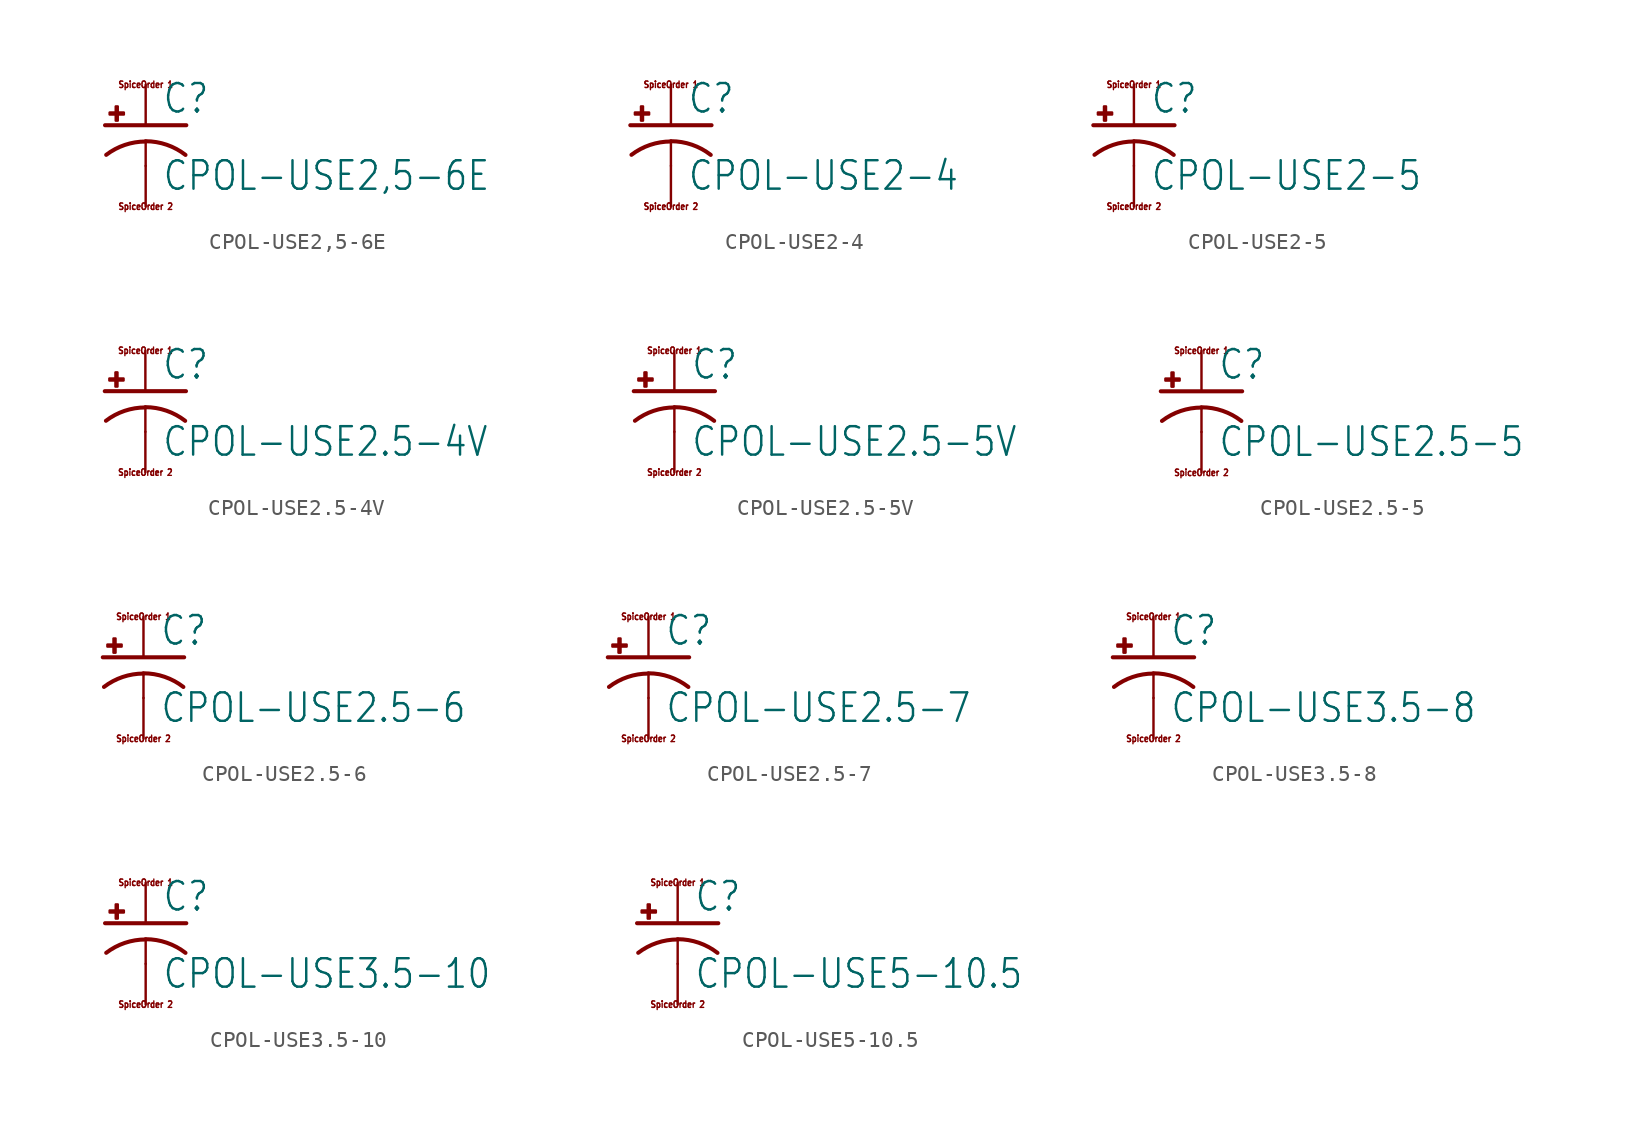
<source format=kicad_sym>
(kicad_symbol_lib
  (version 20211014)
  (generator kicad_symbol_editor)
  (symbol "CPOL-USE2,5-6E"
    (property "Reference" "C"
      (at 1.016 0.635 0)
      (effects (font (size 1.778 1.511)) (justify left bottom)))
    (property "Value" "CPOL-USE2,5-6E"
      (at 1.016 -4.191 0)
      (effects (font (size 1.778 1.511)) (justify left bottom)))
    (property "ki_locked" ""
      (at 0 0 0)
      (effects (font (size 1.27 1.27))))
    (symbol "CPOL-USE2,5-6E_1_0"
      (rectangle (start -2.253 0.668) (end -1.364 0.795) (stroke (width 0) (type default) (color 0 0 0 0)) (fill (type outline)))
      (rectangle (start -1.872 0.287) (end -1.745 1.176) (stroke (width 0) (type default) (color 0 0 0 0)) (fill (type outline)))
      (arc (start 0 -1.0161) (mid -1.3021 -1.2302) (end -2.4669 -1.8504) (stroke (width 0.254) (type default) (color 0 0 0 0)) (fill (type none)))
      (polyline (pts (xy -2.54 0) (xy 2.54 0)) (stroke (width 0.254) (type default) (color 0 0 0 0)) (fill (type none)))
      (polyline (pts (xy 0 -1.016) (xy 0 -2.54)) (stroke (width 0.152) (type default) (color 0 0 0 0)) (fill (type none)))
      (arc (start 2.4892 -1.8542) (mid 1.3158 -1.2195) (end 0 -1) (stroke (width 0.254) (type default) (color 0 0 0 0)) (fill (type none)))
      (text "SpiceOrder 1" (at 0 2.54 0) (effects (font (size 0.406 0.345))))
      (text "SpiceOrder 2" (at 0 -5.08 0) (effects (font (size 0.406 0.345))))
      (pin passive line (at 0 2.54 270) (length 2.54) (name "+" (effects (font (size 0 0)))) (number "+" (effects (font (size 0 0)))))
      (pin passive line (at 0 -5.08 90) (length 2.54) (name "-" (effects (font (size 0 0)))) (number "-" (effects (font (size 0 0)))))))
  (symbol "CPOL-USE2-4"
    (property "Reference" "C"
      (at 1.016 0.635 0)
      (effects (font (size 1.778 1.511)) (justify left bottom)))
    (property "Value" "CPOL-USE2-4"
      (at 1.016 -4.191 0)
      (effects (font (size 1.778 1.511)) (justify left bottom)))
    (property "ki_locked" ""
      (at 0 0 0)
      (effects (font (size 1.27 1.27))))
    (symbol "CPOL-USE2-4_1_0"
      (rectangle (start -2.253 0.668) (end -1.364 0.795) (stroke (width 0) (type default) (color 0 0 0 0)) (fill (type outline)))
      (rectangle (start -1.872 0.287) (end -1.745 1.176) (stroke (width 0) (type default) (color 0 0 0 0)) (fill (type outline)))
      (arc (start 0 -1.0161) (mid -1.3021 -1.2302) (end -2.4669 -1.8504) (stroke (width 0.254) (type default) (color 0 0 0 0)) (fill (type none)))
      (polyline (pts (xy -2.54 0) (xy 2.54 0)) (stroke (width 0.254) (type default) (color 0 0 0 0)) (fill (type none)))
      (polyline (pts (xy 0 -1.016) (xy 0 -2.54)) (stroke (width 0.152) (type default) (color 0 0 0 0)) (fill (type none)))
      (arc (start 2.4892 -1.8542) (mid 1.3158 -1.2195) (end 0 -1) (stroke (width 0.254) (type default) (color 0 0 0 0)) (fill (type none)))
      (text "SpiceOrder 1" (at 0 2.54 0) (effects (font (size 0.406 0.345))))
      (text "SpiceOrder 2" (at 0 -5.08 0) (effects (font (size 0.406 0.345))))
      (pin passive line (at 0 2.54 270) (length 2.54) (name "+" (effects (font (size 0 0)))) (number "+" (effects (font (size 0 0)))))
      (pin passive line (at 0 -5.08 90) (length 2.54) (name "-" (effects (font (size 0 0)))) (number "-" (effects (font (size 0 0)))))))
  (symbol "CPOL-USE2-5"
    (property "Reference" "C"
      (at 1.016 0.635 0)
      (effects (font (size 1.778 1.511)) (justify left bottom)))
    (property "Value" "CPOL-USE2-5"
      (at 1.016 -4.191 0)
      (effects (font (size 1.778 1.511)) (justify left bottom)))
    (property "ki_locked" ""
      (at 0 0 0)
      (effects (font (size 1.27 1.27))))
    (symbol "CPOL-USE2-5_1_0"
      (rectangle (start -2.253 0.668) (end -1.364 0.795) (stroke (width 0) (type default) (color 0 0 0 0)) (fill (type outline)))
      (rectangle (start -1.872 0.287) (end -1.745 1.176) (stroke (width 0) (type default) (color 0 0 0 0)) (fill (type outline)))
      (arc (start 0 -1.0161) (mid -1.3021 -1.2302) (end -2.4669 -1.8504) (stroke (width 0.254) (type default) (color 0 0 0 0)) (fill (type none)))
      (polyline (pts (xy -2.54 0) (xy 2.54 0)) (stroke (width 0.254) (type default) (color 0 0 0 0)) (fill (type none)))
      (polyline (pts (xy 0 -1.016) (xy 0 -2.54)) (stroke (width 0.152) (type default) (color 0 0 0 0)) (fill (type none)))
      (arc (start 2.4892 -1.8542) (mid 1.3158 -1.2195) (end 0 -1) (stroke (width 0.254) (type default) (color 0 0 0 0)) (fill (type none)))
      (text "SpiceOrder 1" (at 0 2.54 0) (effects (font (size 0.406 0.345))))
      (text "SpiceOrder 2" (at 0 -5.08 0) (effects (font (size 0.406 0.345))))
      (pin passive line (at 0 2.54 270) (length 2.54) (name "+" (effects (font (size 0 0)))) (number "+" (effects (font (size 0 0)))))
      (pin passive line (at 0 -5.08 90) (length 2.54) (name "-" (effects (font (size 0 0)))) (number "-" (effects (font (size 0 0)))))))
  (symbol "CPOL-USE2.5-4V"
    (property "Reference" "C"
      (at 1.016 0.635 0)
      (effects (font (size 1.778 1.511)) (justify left bottom)))
    (property "Value" "CPOL-USE2.5-4V"
      (at 1.016 -4.191 0)
      (effects (font (size 1.778 1.511)) (justify left bottom)))
    (property "ki_locked" ""
      (at 0 0 0)
      (effects (font (size 1.27 1.27))))
    (symbol "CPOL-USE2.5-4V_1_0"
      (rectangle (start -2.253 0.668) (end -1.364 0.795) (stroke (width 0) (type default) (color 0 0 0 0)) (fill (type outline)))
      (rectangle (start -1.872 0.287) (end -1.745 1.176) (stroke (width 0) (type default) (color 0 0 0 0)) (fill (type outline)))
      (arc (start 0 -1.0161) (mid -1.3021 -1.2302) (end -2.4669 -1.8504) (stroke (width 0.254) (type default) (color 0 0 0 0)) (fill (type none)))
      (polyline (pts (xy -2.54 0) (xy 2.54 0)) (stroke (width 0.254) (type default) (color 0 0 0 0)) (fill (type none)))
      (polyline (pts (xy 0 -1.016) (xy 0 -2.54)) (stroke (width 0.152) (type default) (color 0 0 0 0)) (fill (type none)))
      (arc (start 2.4892 -1.8542) (mid 1.3158 -1.2195) (end 0 -1) (stroke (width 0.254) (type default) (color 0 0 0 0)) (fill (type none)))
      (text "SpiceOrder 1" (at 0 2.54 0) (effects (font (size 0.406 0.345))))
      (text "SpiceOrder 2" (at 0 -5.08 0) (effects (font (size 0.406 0.345))))
      (pin passive line (at 0 2.54 270) (length 2.54) (name "+" (effects (font (size 0 0)))) (number "+" (effects (font (size 0 0)))))
      (pin passive line (at 0 -5.08 90) (length 2.54) (name "-" (effects (font (size 0 0)))) (number "-" (effects (font (size 0 0)))))))
  (symbol "CPOL-USE2.5-5V"
    (property "Reference" "C"
      (at 1.016 0.635 0)
      (effects (font (size 1.778 1.511)) (justify left bottom)))
    (property "Value" "CPOL-USE2.5-5V"
      (at 1.016 -4.191 0)
      (effects (font (size 1.778 1.511)) (justify left bottom)))
    (property "ki_locked" ""
      (at 0 0 0)
      (effects (font (size 1.27 1.27))))
    (symbol "CPOL-USE2.5-5V_1_0"
      (rectangle (start -2.253 0.668) (end -1.364 0.795) (stroke (width 0) (type default) (color 0 0 0 0)) (fill (type outline)))
      (rectangle (start -1.872 0.287) (end -1.745 1.176) (stroke (width 0) (type default) (color 0 0 0 0)) (fill (type outline)))
      (arc (start 0 -1.0161) (mid -1.3021 -1.2302) (end -2.4669 -1.8504) (stroke (width 0.254) (type default) (color 0 0 0 0)) (fill (type none)))
      (polyline (pts (xy -2.54 0) (xy 2.54 0)) (stroke (width 0.254) (type default) (color 0 0 0 0)) (fill (type none)))
      (polyline (pts (xy 0 -1.016) (xy 0 -2.54)) (stroke (width 0.152) (type default) (color 0 0 0 0)) (fill (type none)))
      (arc (start 2.4892 -1.8542) (mid 1.3158 -1.2195) (end 0 -1) (stroke (width 0.254) (type default) (color 0 0 0 0)) (fill (type none)))
      (text "SpiceOrder 1" (at 0 2.54 0) (effects (font (size 0.406 0.345))))
      (text "SpiceOrder 2" (at 0 -5.08 0) (effects (font (size 0.406 0.345))))
      (pin passive line (at 0 2.54 270) (length 2.54) (name "+" (effects (font (size 0 0)))) (number "+" (effects (font (size 0 0)))))
      (pin passive line (at 0 -5.08 90) (length 2.54) (name "-" (effects (font (size 0 0)))) (number "-" (effects (font (size 0 0)))))))
  (symbol "CPOL-USE2.5-5"
    (property "Reference" "C"
      (at 1.016 0.635 0)
      (effects (font (size 1.778 1.511)) (justify left bottom)))
    (property "Value" "CPOL-USE2.5-5"
      (at 1.016 -4.191 0)
      (effects (font (size 1.778 1.511)) (justify left bottom)))
    (property "ki_locked" ""
      (at 0 0 0)
      (effects (font (size 1.27 1.27))))
    (symbol "CPOL-USE2.5-5_1_0"
      (rectangle (start -2.253 0.668) (end -1.364 0.795) (stroke (width 0) (type default) (color 0 0 0 0)) (fill (type outline)))
      (rectangle (start -1.872 0.287) (end -1.745 1.176) (stroke (width 0) (type default) (color 0 0 0 0)) (fill (type outline)))
      (arc (start 0 -1.0161) (mid -1.3021 -1.2302) (end -2.4669 -1.8504) (stroke (width 0.254) (type default) (color 0 0 0 0)) (fill (type none)))
      (polyline (pts (xy -2.54 0) (xy 2.54 0)) (stroke (width 0.254) (type default) (color 0 0 0 0)) (fill (type none)))
      (polyline (pts (xy 0 -1.016) (xy 0 -2.54)) (stroke (width 0.152) (type default) (color 0 0 0 0)) (fill (type none)))
      (arc (start 2.4892 -1.8542) (mid 1.3158 -1.2195) (end 0 -1) (stroke (width 0.254) (type default) (color 0 0 0 0)) (fill (type none)))
      (text "SpiceOrder 1" (at 0 2.54 0) (effects (font (size 0.406 0.345))))
      (text "SpiceOrder 2" (at 0 -5.08 0) (effects (font (size 0.406 0.345))))
      (pin passive line (at 0 2.54 270) (length 2.54) (name "+" (effects (font (size 0 0)))) (number "+" (effects (font (size 0 0)))))
      (pin passive line (at 0 -5.08 90) (length 2.54) (name "-" (effects (font (size 0 0)))) (number "-" (effects (font (size 0 0)))))))
  (symbol "CPOL-USE2.5-6"
    (property "Reference" "C"
      (at 1.016 0.635 0)
      (effects (font (size 1.778 1.511)) (justify left bottom)))
    (property "Value" "CPOL-USE2.5-6"
      (at 1.016 -4.191 0)
      (effects (font (size 1.778 1.511)) (justify left bottom)))
    (property "ki_locked" ""
      (at 0 0 0)
      (effects (font (size 1.27 1.27))))
    (symbol "CPOL-USE2.5-6_1_0"
      (rectangle (start -2.253 0.668) (end -1.364 0.795) (stroke (width 0) (type default) (color 0 0 0 0)) (fill (type outline)))
      (rectangle (start -1.872 0.287) (end -1.745 1.176) (stroke (width 0) (type default) (color 0 0 0 0)) (fill (type outline)))
      (arc (start 0 -1.0161) (mid -1.3021 -1.2302) (end -2.4669 -1.8504) (stroke (width 0.254) (type default) (color 0 0 0 0)) (fill (type none)))
      (polyline (pts (xy -2.54 0) (xy 2.54 0)) (stroke (width 0.254) (type default) (color 0 0 0 0)) (fill (type none)))
      (polyline (pts (xy 0 -1.016) (xy 0 -2.54)) (stroke (width 0.152) (type default) (color 0 0 0 0)) (fill (type none)))
      (arc (start 2.4892 -1.8542) (mid 1.3158 -1.2195) (end 0 -1) (stroke (width 0.254) (type default) (color 0 0 0 0)) (fill (type none)))
      (text "SpiceOrder 1" (at 0 2.54 0) (effects (font (size 0.406 0.345))))
      (text "SpiceOrder 2" (at 0 -5.08 0) (effects (font (size 0.406 0.345))))
      (pin passive line (at 0 2.54 270) (length 2.54) (name "+" (effects (font (size 0 0)))) (number "+" (effects (font (size 0 0)))))
      (pin passive line (at 0 -5.08 90) (length 2.54) (name "-" (effects (font (size 0 0)))) (number "-" (effects (font (size 0 0)))))))
  (symbol "CPOL-USE2.5-7"
    (property "Reference" "C"
      (at 1.016 0.635 0)
      (effects (font (size 1.778 1.511)) (justify left bottom)))
    (property "Value" "CPOL-USE2.5-7"
      (at 1.016 -4.191 0)
      (effects (font (size 1.778 1.511)) (justify left bottom)))
    (property "ki_locked" ""
      (at 0 0 0)
      (effects (font (size 1.27 1.27))))
    (symbol "CPOL-USE2.5-7_1_0"
      (rectangle (start -2.253 0.668) (end -1.364 0.795) (stroke (width 0) (type default) (color 0 0 0 0)) (fill (type outline)))
      (rectangle (start -1.872 0.287) (end -1.745 1.176) (stroke (width 0) (type default) (color 0 0 0 0)) (fill (type outline)))
      (arc (start 0 -1.0161) (mid -1.3021 -1.2302) (end -2.4669 -1.8504) (stroke (width 0.254) (type default) (color 0 0 0 0)) (fill (type none)))
      (polyline (pts (xy -2.54 0) (xy 2.54 0)) (stroke (width 0.254) (type default) (color 0 0 0 0)) (fill (type none)))
      (polyline (pts (xy 0 -1.016) (xy 0 -2.54)) (stroke (width 0.152) (type default) (color 0 0 0 0)) (fill (type none)))
      (arc (start 2.4892 -1.8542) (mid 1.3158 -1.2195) (end 0 -1) (stroke (width 0.254) (type default) (color 0 0 0 0)) (fill (type none)))
      (text "SpiceOrder 1" (at 0 2.54 0) (effects (font (size 0.406 0.345))))
      (text "SpiceOrder 2" (at 0 -5.08 0) (effects (font (size 0.406 0.345))))
      (pin passive line (at 0 2.54 270) (length 2.54) (name "+" (effects (font (size 0 0)))) (number "+" (effects (font (size 0 0)))))
      (pin passive line (at 0 -5.08 90) (length 2.54) (name "-" (effects (font (size 0 0)))) (number "-" (effects (font (size 0 0)))))))
  (symbol "CPOL-USE3.5-8"
    (property "Reference" "C"
      (at 1.016 0.635 0)
      (effects (font (size 1.778 1.511)) (justify left bottom)))
    (property "Value" "CPOL-USE3.5-8"
      (at 1.016 -4.191 0)
      (effects (font (size 1.778 1.511)) (justify left bottom)))
    (property "ki_locked" ""
      (at 0 0 0)
      (effects (font (size 1.27 1.27))))
    (symbol "CPOL-USE3.5-8_1_0"
      (rectangle (start -2.253 0.668) (end -1.364 0.795) (stroke (width 0) (type default) (color 0 0 0 0)) (fill (type outline)))
      (rectangle (start -1.872 0.287) (end -1.745 1.176) (stroke (width 0) (type default) (color 0 0 0 0)) (fill (type outline)))
      (arc (start 0 -1.0161) (mid -1.3021 -1.2302) (end -2.4669 -1.8504) (stroke (width 0.254) (type default) (color 0 0 0 0)) (fill (type none)))
      (polyline (pts (xy -2.54 0) (xy 2.54 0)) (stroke (width 0.254) (type default) (color 0 0 0 0)) (fill (type none)))
      (polyline (pts (xy 0 -1.016) (xy 0 -2.54)) (stroke (width 0.152) (type default) (color 0 0 0 0)) (fill (type none)))
      (arc (start 2.4892 -1.8542) (mid 1.3158 -1.2195) (end 0 -1) (stroke (width 0.254) (type default) (color 0 0 0 0)) (fill (type none)))
      (text "SpiceOrder 1" (at 0 2.54 0) (effects (font (size 0.406 0.345))))
      (text "SpiceOrder 2" (at 0 -5.08 0) (effects (font (size 0.406 0.345))))
      (pin passive line (at 0 2.54 270) (length 2.54) (name "+" (effects (font (size 0 0)))) (number "+" (effects (font (size 0 0)))))
      (pin passive line (at 0 -5.08 90) (length 2.54) (name "-" (effects (font (size 0 0)))) (number "-" (effects (font (size 0 0)))))))
  (symbol "CPOL-USE3.5-10"
    (property "Reference" "C"
      (at 1.016 0.635 0)
      (effects (font (size 1.778 1.511)) (justify left bottom)))
    (property "Value" "CPOL-USE3.5-10"
      (at 1.016 -4.191 0)
      (effects (font (size 1.778 1.511)) (justify left bottom)))
    (property "ki_locked" ""
      (at 0 0 0)
      (effects (font (size 1.27 1.27))))
    (symbol "CPOL-USE3.5-10_1_0"
      (rectangle (start -2.253 0.668) (end -1.364 0.795) (stroke (width 0) (type default) (color 0 0 0 0)) (fill (type outline)))
      (rectangle (start -1.872 0.287) (end -1.745 1.176) (stroke (width 0) (type default) (color 0 0 0 0)) (fill (type outline)))
      (arc (start 0 -1.0161) (mid -1.3021 -1.2302) (end -2.4669 -1.8504) (stroke (width 0.254) (type default) (color 0 0 0 0)) (fill (type none)))
      (polyline (pts (xy -2.54 0) (xy 2.54 0)) (stroke (width 0.254) (type default) (color 0 0 0 0)) (fill (type none)))
      (polyline (pts (xy 0 -1.016) (xy 0 -2.54)) (stroke (width 0.152) (type default) (color 0 0 0 0)) (fill (type none)))
      (arc (start 2.4892 -1.8542) (mid 1.3158 -1.2195) (end 0 -1) (stroke (width 0.254) (type default) (color 0 0 0 0)) (fill (type none)))
      (text "SpiceOrder 1" (at 0 2.54 0) (effects (font (size 0.406 0.345))))
      (text "SpiceOrder 2" (at 0 -5.08 0) (effects (font (size 0.406 0.345))))
      (pin passive line (at 0 2.54 270) (length 2.54) (name "+" (effects (font (size 0 0)))) (number "+" (effects (font (size 0 0)))))
      (pin passive line (at 0 -5.08 90) (length 2.54) (name "-" (effects (font (size 0 0)))) (number "-" (effects (font (size 0 0)))))))
  (symbol "CPOL-USE5-10.5"
    (property "Reference" "C"
      (at 1.016 0.635 0)
      (effects (font (size 1.778 1.511)) (justify left bottom)))
    (property "Value" "CPOL-USE5-10.5"
      (at 1.016 -4.191 0)
      (effects (font (size 1.778 1.511)) (justify left bottom)))
    (property "ki_locked" ""
      (at 0 0 0)
      (effects (font (size 1.27 1.27))))
    (symbol "CPOL-USE5-10.5_1_0"
      (rectangle (start -2.253 0.668) (end -1.364 0.795) (stroke (width 0) (type default) (color 0 0 0 0)) (fill (type outline)))
      (rectangle (start -1.872 0.287) (end -1.745 1.176) (stroke (width 0) (type default) (color 0 0 0 0)) (fill (type outline)))
      (arc (start 0 -1.0161) (mid -1.3021 -1.2302) (end -2.4669 -1.8504) (stroke (width 0.254) (type default) (color 0 0 0 0)) (fill (type none)))
      (polyline (pts (xy -2.54 0) (xy 2.54 0)) (stroke (width 0.254) (type default) (color 0 0 0 0)) (fill (type none)))
      (polyline (pts (xy 0 -1.016) (xy 0 -2.54)) (stroke (width 0.152) (type default) (color 0 0 0 0)) (fill (type none)))
      (arc (start 2.4892 -1.8542) (mid 1.3158 -1.2195) (end 0 -1) (stroke (width 0.254) (type default) (color 0 0 0 0)) (fill (type none)))
      (text "SpiceOrder 1" (at 0 2.54 0) (effects (font (size 0.406 0.345))))
      (text "SpiceOrder 2" (at 0 -5.08 0) (effects (font (size 0.406 0.345))))
      (pin passive line (at 0 2.54 270) (length 2.54) (name "+" (effects (font (size 0 0)))) (number "+" (effects (font (size 0 0)))))
      (pin passive line (at 0 -5.08 90) (length 2.54) (name "-" (effects (font (size 0 0)))) (number "-" (effects (font (size 0 0))))))))
</source>
